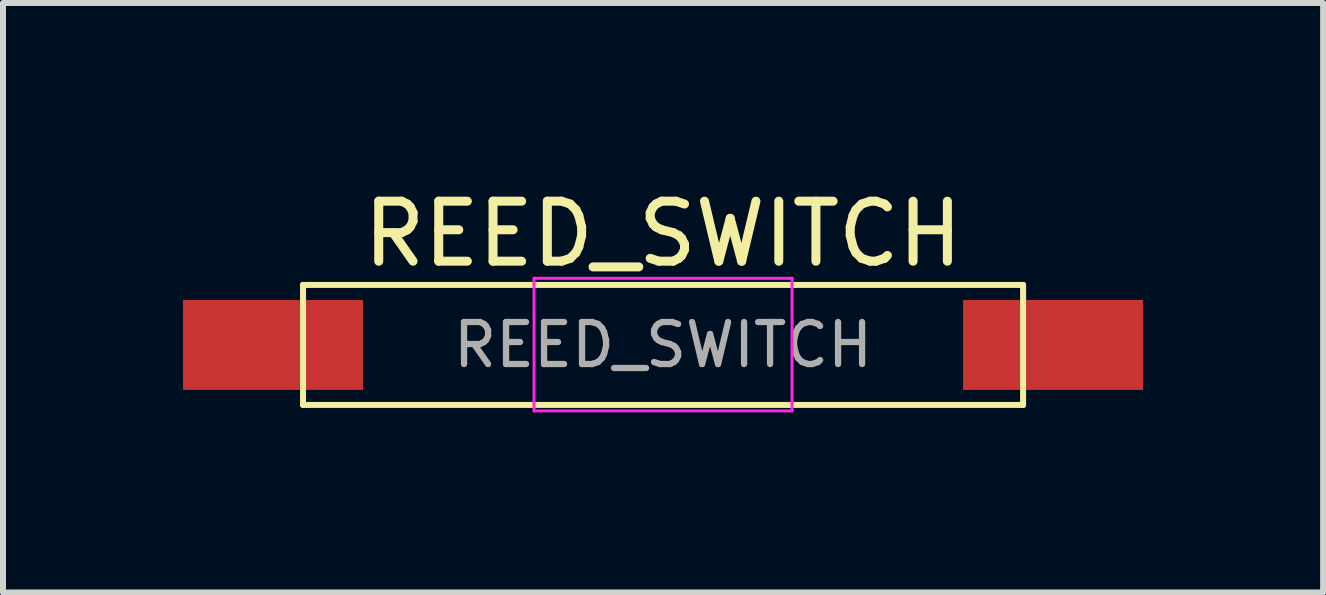
<source format=kicad_pcb>
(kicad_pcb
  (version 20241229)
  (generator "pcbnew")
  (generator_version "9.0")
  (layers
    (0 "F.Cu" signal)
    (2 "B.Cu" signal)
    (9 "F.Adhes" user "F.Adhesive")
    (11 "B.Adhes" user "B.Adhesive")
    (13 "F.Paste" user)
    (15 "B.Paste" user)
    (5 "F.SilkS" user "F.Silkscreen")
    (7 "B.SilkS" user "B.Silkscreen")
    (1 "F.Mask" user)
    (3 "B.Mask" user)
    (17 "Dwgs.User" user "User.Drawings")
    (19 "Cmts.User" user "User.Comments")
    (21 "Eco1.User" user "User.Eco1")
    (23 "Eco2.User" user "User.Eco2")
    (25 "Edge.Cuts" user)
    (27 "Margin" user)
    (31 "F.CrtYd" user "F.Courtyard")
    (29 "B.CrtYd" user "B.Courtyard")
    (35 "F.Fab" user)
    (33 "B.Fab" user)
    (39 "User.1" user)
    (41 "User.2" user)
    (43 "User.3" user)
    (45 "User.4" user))
  (footprint "REED_SWITCH"
    (layer "F.Cu")
    (at 8 2.698)
    (property "Reference" "REED_SWITCH" (at 0 -1.85 0) (layer "F.SilkS") (effects (font (size 1 1) (thickness 0.15))))
    (attr smd)
    (fp_line (start -6 -1) (end 6 -1) (stroke (width 0.1) (type solid)) (layer "F.SilkS"))
    (fp_line (start -6 1) (end -6 -1) (stroke (width 0.1) (type solid)) (layer "F.SilkS"))
    (fp_line (start 6 -1) (end 6 1) (stroke (width 0.1) (type solid)) (layer "F.SilkS"))
    (fp_line (start 6 1) (end -6 1) (stroke (width 0.1) (type solid)) (layer "F.SilkS"))
    (fp_line (start -2.15 -1.11) (end -2.15 1.1) (stroke (width 0.05) (type solid)) (layer "F.CrtYd"))
    (fp_line (start -2.15 -1.11) (end 2.15 -1.11) (stroke (width 0.05) (type solid)) (layer "F.CrtYd"))
    (fp_line (start 2.15 1.1) (end -2.15 1.1) (stroke (width 0.05) (type solid)) (layer "F.CrtYd"))
    (fp_line (start 2.15 1.1) (end 2.15 -1.11) (stroke (width 0.05) (type solid)) (layer "F.CrtYd"))
    (fp_text user "${REFERENCE}" (at 0 0 0) (layer "F.Fab") (effects (font (size 0.7 0.7) (thickness 0.105))))
    (pad "1" smd rect (at -6.5 0) (size 3 1.5) (layers "F.Cu" "F.Mask" "F.Paste"))
    (pad "2" smd rect (at 6.5 0) (size 3 1.5) (layers "F.Cu" "F.Mask" "F.Paste")))
  (gr_rect
    (start -3 -3)
    (end 19 6.823)
    (stroke (width 0.1) (type default))
    (fill no)
    (layer "Edge.Cuts")))
</source>
